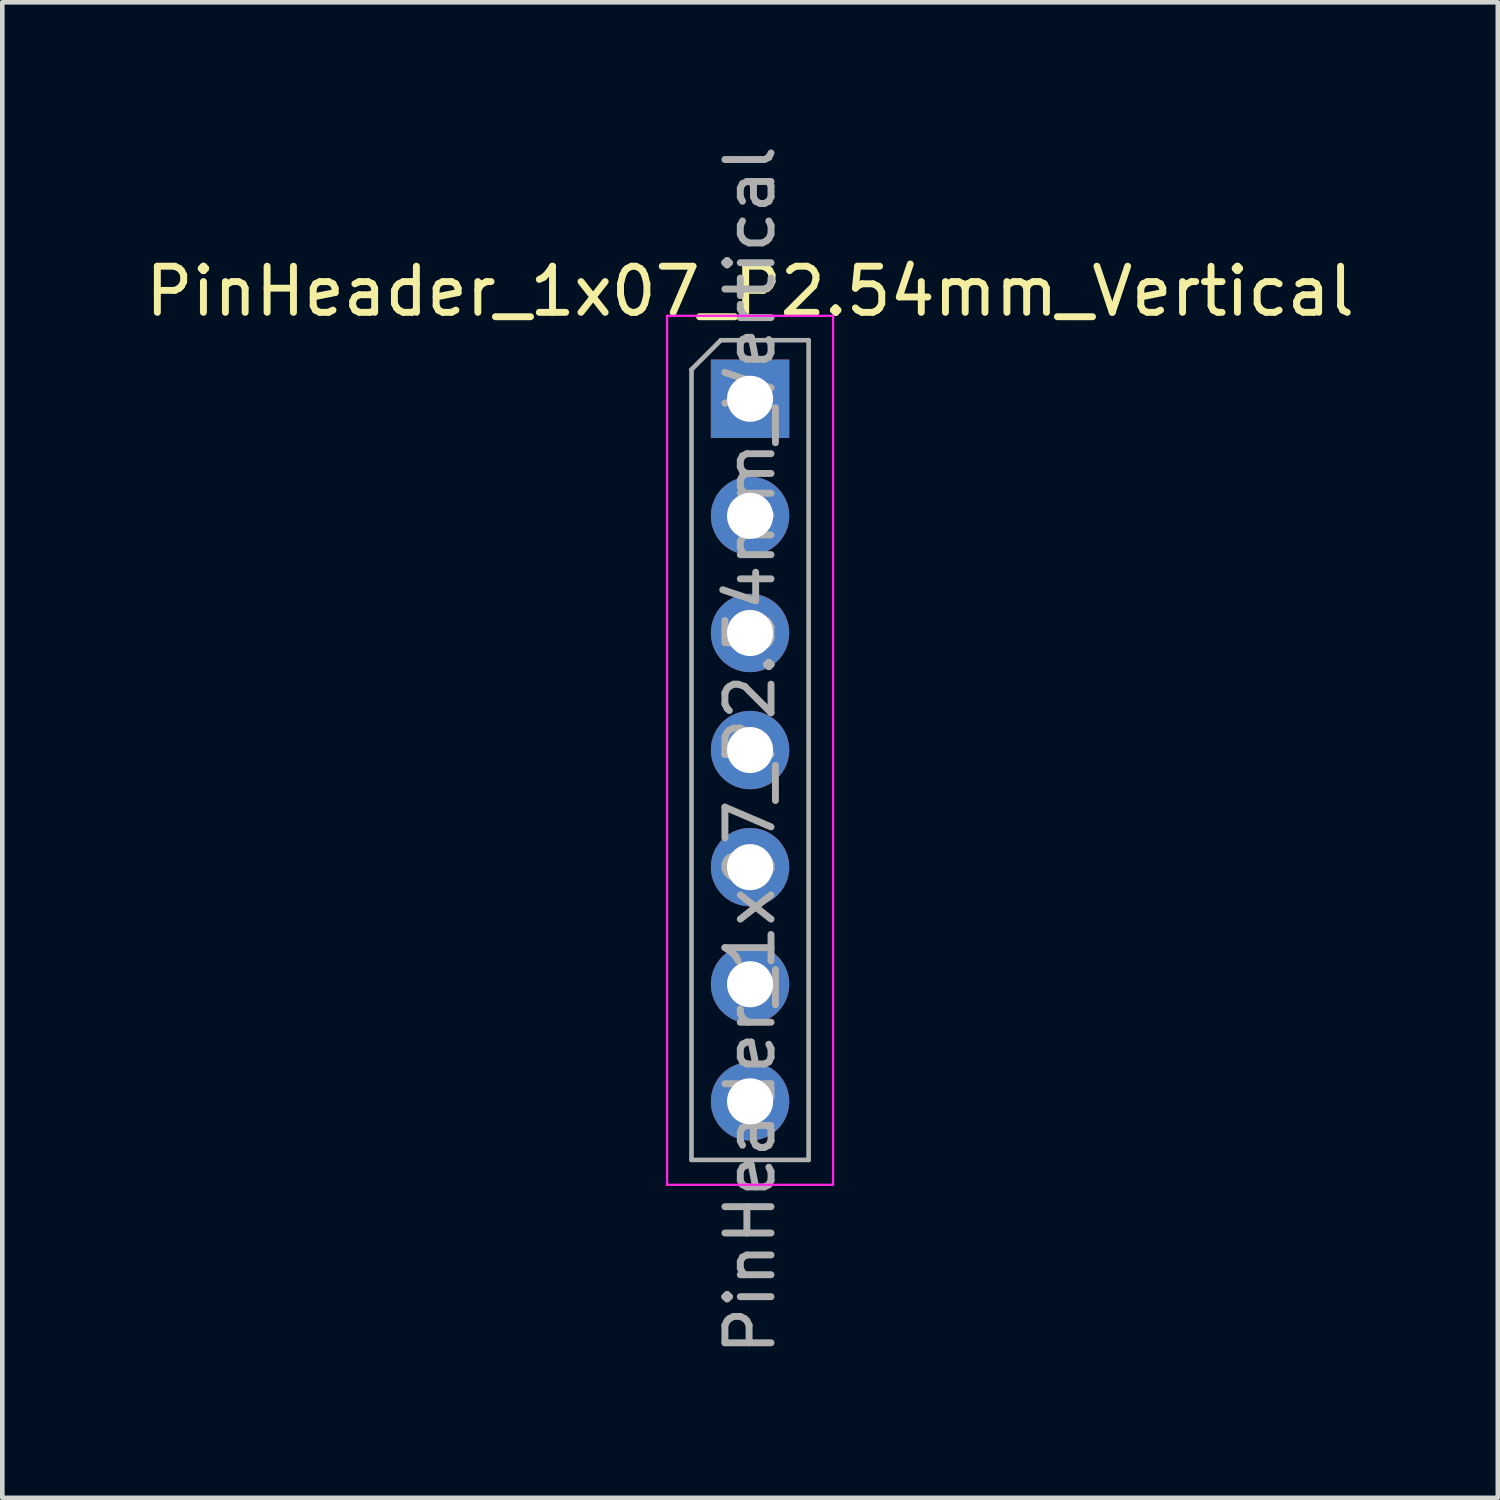
<source format=kicad_pcb>
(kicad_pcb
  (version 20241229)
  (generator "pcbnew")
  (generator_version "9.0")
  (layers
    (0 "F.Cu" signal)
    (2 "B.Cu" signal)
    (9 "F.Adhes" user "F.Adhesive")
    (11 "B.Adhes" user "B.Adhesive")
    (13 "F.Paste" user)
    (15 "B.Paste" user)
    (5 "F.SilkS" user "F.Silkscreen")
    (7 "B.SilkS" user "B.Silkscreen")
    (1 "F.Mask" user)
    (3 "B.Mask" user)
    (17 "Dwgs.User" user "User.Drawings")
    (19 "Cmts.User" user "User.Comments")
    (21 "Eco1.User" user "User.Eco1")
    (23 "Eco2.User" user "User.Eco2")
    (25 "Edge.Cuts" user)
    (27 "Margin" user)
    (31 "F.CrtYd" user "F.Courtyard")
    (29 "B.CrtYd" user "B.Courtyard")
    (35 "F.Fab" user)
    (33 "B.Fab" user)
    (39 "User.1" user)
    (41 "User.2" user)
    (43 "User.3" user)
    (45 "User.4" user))
  (footprint "PinHeader_1x07_P2.54mm_Vertical"
    (layer "F.Cu")
    (at 13.22 5.6)
    (property "Reference" "PinHeader_1x07_P2.54mm_Vertical" (at 0 -2.33 0) (layer "F.SilkS") (effects (font (size 1 1) (thickness 0.15))))
    (attr through_hole)
    (fp_line (start -1.8 -1.8) (end -1.8 17.05) (stroke (width 0.05) (type solid)) (layer "F.CrtYd"))
    (fp_line (start -1.8 17.05) (end 1.8 17.05) (stroke (width 0.05) (type solid)) (layer "F.CrtYd"))
    (fp_line (start 1.8 -1.8) (end -1.8 -1.8) (stroke (width 0.05) (type solid)) (layer "F.CrtYd"))
    (fp_line (start 1.8 17.05) (end 1.8 -1.8) (stroke (width 0.05) (type solid)) (layer "F.CrtYd"))
    (fp_line (start -1.27 -0.635) (end -0.635 -1.27) (stroke (width 0.1) (type solid)) (layer "F.Fab"))
    (fp_line (start -1.27 16.51) (end -1.27 -0.635) (stroke (width 0.1) (type solid)) (layer "F.Fab"))
    (fp_line (start -0.635 -1.27) (end 1.27 -1.27) (stroke (width 0.1) (type solid)) (layer "F.Fab"))
    (fp_line (start 1.27 -1.27) (end 1.27 16.51) (stroke (width 0.1) (type solid)) (layer "F.Fab"))
    (fp_line (start 1.27 16.51) (end -1.27 16.51) (stroke (width 0.1) (type solid)) (layer "F.Fab"))
    (fp_text user "${REFERENCE}" (at 0 7.62 90) (layer "F.Fab") (effects (font (size 1 1) (thickness 0.15))))
    (pad "1" thru_hole rect (at 0 0) (size 1.7 1.7) (drill 1) (layers "*.Cu" "*.Mask"))
    (pad "2" thru_hole oval (at 0 2.54) (size 1.7 1.7) (drill 1) (layers "*.Cu" "*.Mask"))
    (pad "3" thru_hole oval (at 0 5.08) (size 1.7 1.7) (drill 1) (layers "*.Cu" "*.Mask"))
    (pad "4" thru_hole oval (at 0 7.62) (size 1.7 1.7) (drill 1) (layers "*.Cu" "*.Mask"))
    (pad "5" thru_hole oval (at 0 10.16) (size 1.7 1.7) (drill 1) (layers "*.Cu" "*.Mask"))
    (pad "6" thru_hole oval (at 0 12.7) (size 1.7 1.7) (drill 1) (layers "*.Cu" "*.Mask"))
    (pad "7" thru_hole oval (at 0 15.24) (size 1.7 1.7) (drill 1) (layers "*.Cu" "*.Mask")))
  (gr_rect
    (start -3 -3)
    (end 29.44 29.44)
    (stroke (width 0.1) (type default))
    (fill no)
    (layer "Edge.Cuts")))
</source>
